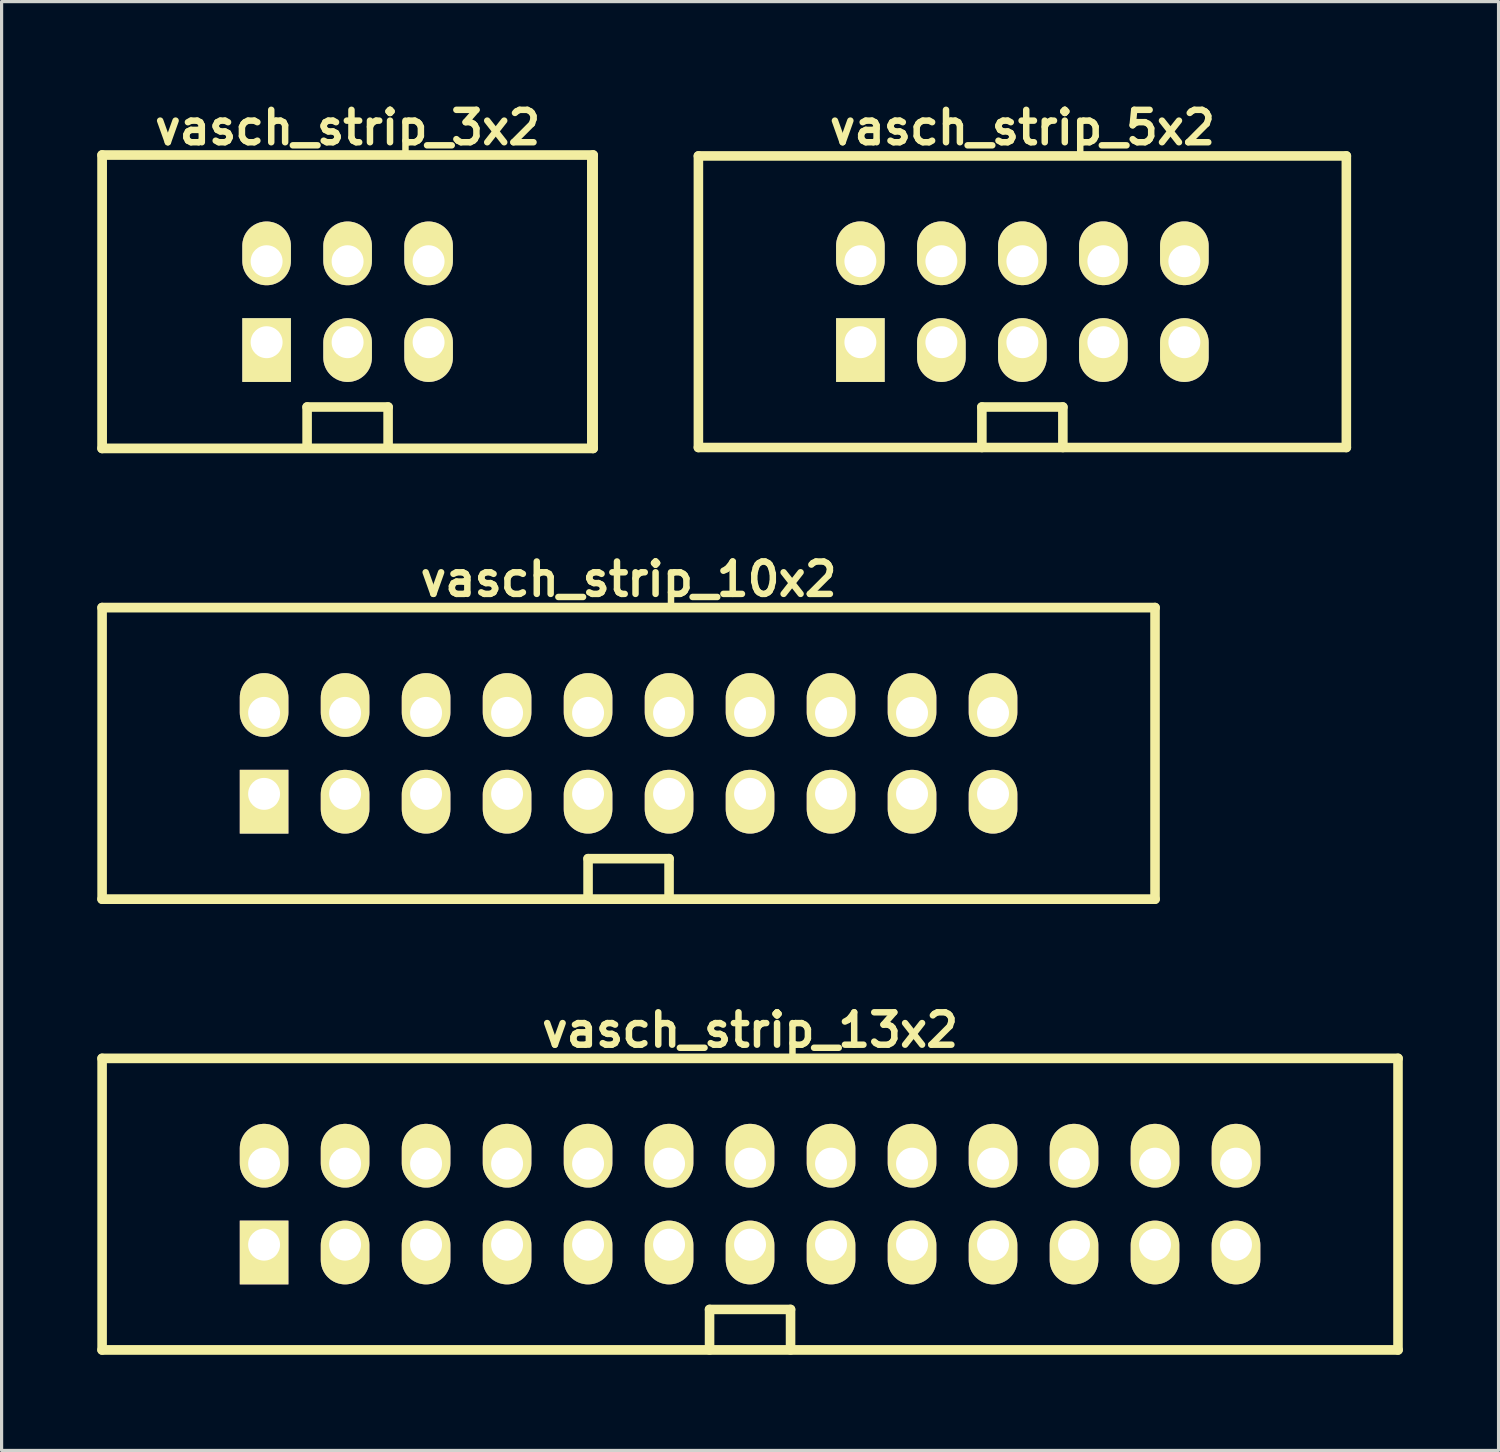
<source format=kicad_pcb>
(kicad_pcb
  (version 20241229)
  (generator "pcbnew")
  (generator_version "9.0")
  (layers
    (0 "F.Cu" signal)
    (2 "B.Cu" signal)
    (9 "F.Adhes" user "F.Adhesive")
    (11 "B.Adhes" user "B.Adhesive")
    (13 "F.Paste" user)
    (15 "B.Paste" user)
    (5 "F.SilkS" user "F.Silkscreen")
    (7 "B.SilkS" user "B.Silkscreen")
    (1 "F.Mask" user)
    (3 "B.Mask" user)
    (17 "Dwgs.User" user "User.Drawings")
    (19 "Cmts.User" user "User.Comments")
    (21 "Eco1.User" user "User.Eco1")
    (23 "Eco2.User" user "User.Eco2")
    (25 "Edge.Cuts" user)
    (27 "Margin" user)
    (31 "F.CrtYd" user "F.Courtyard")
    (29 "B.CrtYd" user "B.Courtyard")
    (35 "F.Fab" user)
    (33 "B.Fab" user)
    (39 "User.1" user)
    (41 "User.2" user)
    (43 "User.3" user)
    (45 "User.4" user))
  (footprint "vasch_strip_13x2"
    (layer "F.Cu")
    (at 20.472 34.713)
    (property "Reference" "vasch_strip_13x2" (at 0 -5.461 0) (layer "F.SilkS") (effects (font (size 1.016 1.016) (thickness 0.203))))
    (attr through_hole)
    (fp_line (start -20.32 -4.572) (end -20.32 4.572) (stroke (width 0.3) (type solid)) (layer "F.SilkS"))
    (fp_line (start -20.32 4.572) (end 20.32 4.572) (stroke (width 0.305) (type solid)) (layer "F.SilkS"))
    (fp_line (start -1.27 3.302) (end -1.27 4.572) (stroke (width 0.3) (type solid)) (layer "F.SilkS"))
    (fp_line (start 1.27 3.302) (end -1.27 3.302) (stroke (width 0.3) (type solid)) (layer "F.SilkS"))
    (fp_line (start 1.27 4.572) (end 1.27 3.302) (stroke (width 0.3) (type solid)) (layer "F.SilkS"))
    (fp_line (start 20.32 -4.572) (end -20.32 -4.572) (stroke (width 0.305) (type solid)) (layer "F.SilkS"))
    (fp_line (start 20.32 -4.572) (end 20.32 4.572) (stroke (width 0.3) (type solid)) (layer "F.SilkS"))
    (pad "1" thru_hole rect (at -15.24 1.27) (size 1.524 1.999) (drill 1.001 (offset 0 0.246)) (layers "*.Cu" "*.Mask" "F.SilkS"))
    (pad "2" thru_hole oval (at -15.24 -1.27) (size 1.524 1.999) (drill 1.001 (offset 0 -0.249)) (layers "*.Cu" "*.Mask" "F.SilkS"))
    (pad "3" thru_hole oval (at -12.7 1.27) (size 1.524 1.999) (drill 1.001 (offset 0 0.246)) (layers "*.Cu" "*.Mask" "F.SilkS"))
    (pad "4" thru_hole oval (at -12.7 -1.27) (size 1.524 1.999) (drill 1.001 (offset 0 -0.249)) (layers "*.Cu" "*.Mask" "F.SilkS"))
    (pad "5" thru_hole oval (at -10.16 1.27) (size 1.524 1.999) (drill 1.001 (offset 0 0.246)) (layers "*.Cu" "*.Mask" "F.SilkS"))
    (pad "6" thru_hole oval (at -10.16 -1.27) (size 1.524 1.999) (drill 1.001 (offset 0 -0.249)) (layers "*.Cu" "*.Mask" "F.SilkS"))
    (pad "7" thru_hole oval (at -7.62 1.27) (size 1.524 1.999) (drill 1.001 (offset 0 0.246)) (layers "*.Cu" "*.Mask" "F.SilkS"))
    (pad "8" thru_hole oval (at -7.62 -1.27) (size 1.524 1.999) (drill 1.001 (offset 0 -0.249)) (layers "*.Cu" "*.Mask" "F.SilkS"))
    (pad "9" thru_hole oval (at -5.08 1.27) (size 1.524 1.999) (drill 1.001 (offset 0 0.246)) (layers "*.Cu" "*.Mask" "F.SilkS"))
    (pad "10" thru_hole oval (at -5.08 -1.27) (size 1.524 1.999) (drill 1.001 (offset 0 -0.249)) (layers "*.Cu" "*.Mask" "F.SilkS"))
    (pad "11" thru_hole oval (at -2.54 1.27) (size 1.524 1.999) (drill 1.001 (offset 0 0.246)) (layers "*.Cu" "*.Mask" "F.SilkS"))
    (pad "12" thru_hole oval (at -2.54 -1.27) (size 1.524 1.999) (drill 1.001 (offset 0 -0.249)) (layers "*.Cu" "*.Mask" "F.SilkS"))
    (pad "13" thru_hole oval (at 0 1.27) (size 1.524 1.999) (drill 1.001 (offset 0 0.246)) (layers "*.Cu" "*.Mask" "F.SilkS"))
    (pad "14" thru_hole oval (at 0 -1.27) (size 1.524 1.999) (drill 1.001 (offset 0 -0.249)) (layers "*.Cu" "*.Mask" "F.SilkS"))
    (pad "15" thru_hole oval (at 2.54 1.27) (size 1.524 1.999) (drill 1.001 (offset 0 0.246)) (layers "*.Cu" "*.Mask" "F.SilkS"))
    (pad "16" thru_hole oval (at 2.54 -1.27) (size 1.524 1.999) (drill 1.001 (offset 0 -0.249)) (layers "*.Cu" "*.Mask" "F.SilkS"))
    (pad "17" thru_hole oval (at 5.08 1.27) (size 1.524 1.999) (drill 1.001 (offset 0 0.246)) (layers "*.Cu" "*.Mask" "F.SilkS"))
    (pad "18" thru_hole oval (at 5.08 -1.27) (size 1.524 1.999) (drill 1.001 (offset 0 -0.249)) (layers "*.Cu" "*.Mask" "F.SilkS"))
    (pad "19" thru_hole oval (at 7.62 1.27) (size 1.524 1.999) (drill 1.001 (offset 0 0.246)) (layers "*.Cu" "*.Mask" "F.SilkS"))
    (pad "20" thru_hole oval (at 7.62 -1.27) (size 1.524 1.999) (drill 1.001 (offset 0 -0.249)) (layers "*.Cu" "*.Mask" "F.SilkS"))
    (pad "21" thru_hole oval (at 10.16 1.27) (size 1.524 1.999) (drill 1.001 (offset 0 0.246)) (layers "*.Cu" "*.Mask" "F.SilkS"))
    (pad "22" thru_hole oval (at 10.16 -1.27) (size 1.524 1.999) (drill 1.001 (offset 0 -0.249)) (layers "*.Cu" "*.Mask" "F.SilkS"))
    (pad "23" thru_hole oval (at 12.7 1.27) (size 1.524 1.999) (drill 1.001 (offset 0 0.246)) (layers "*.Cu" "*.Mask" "F.SilkS"))
    (pad "24" thru_hole oval (at 12.7 -1.27) (size 1.524 1.999) (drill 1.001 (offset 0 -0.249)) (layers "*.Cu" "*.Mask" "F.SilkS"))
    (pad "25" thru_hole oval (at 15.24 1.27) (size 1.524 1.999) (drill 1.001 (offset 0 0.246)) (layers "*.Cu" "*.Mask" "F.SilkS"))
    (pad "26" thru_hole oval (at 15.24 -1.27) (size 1.524 1.999) (drill 1.001 (offset 0 -0.249)) (layers "*.Cu" "*.Mask" "F.SilkS")))
  (footprint "vasch_strip_3x2"
    (layer "F.Cu")
    (at 7.851 6.412)
    (property "Reference" "vasch_strip_3x2" (at 0 -5.461 0) (layer "F.SilkS") (effects (font (size 1.016 1.016) (thickness 0.203))))
    (attr through_hole)
    (fp_line (start -7.699 -4.6) (end -7.699 4.6) (stroke (width 0.305) (type solid)) (layer "F.SilkS"))
    (fp_line (start -7.699 4.6) (end 7.699 4.6) (stroke (width 0.305) (type solid)) (layer "F.SilkS"))
    (fp_line (start -1.27 3.302) (end -1.27 4.572) (stroke (width 0.3) (type solid)) (layer "F.SilkS"))
    (fp_line (start 1.27 3.302) (end -1.27 3.302) (stroke (width 0.3) (type solid)) (layer "F.SilkS"))
    (fp_line (start 1.27 4.572) (end 1.27 3.302) (stroke (width 0.3) (type solid)) (layer "F.SilkS"))
    (fp_line (start 7.658 -4.572) (end 7.658 4.572) (stroke (width 0.3) (type solid)) (layer "F.SilkS"))
    (fp_line (start 7.699 -4.6) (end -7.699 -4.6) (stroke (width 0.305) (type solid)) (layer "F.SilkS"))
    (fp_line (start 7.699 4.6) (end 7.699 -4.6) (stroke (width 0.305) (type solid)) (layer "F.SilkS"))
    (pad "1" thru_hole rect (at -2.54 1.27) (size 1.524 1.999) (drill 1.001 (offset 0 0.246)) (layers "*.Cu" "*.Mask" "F.SilkS"))
    (pad "2" thru_hole oval (at -2.54 -1.27) (size 1.524 1.999) (drill 1.001 (offset 0 -0.246)) (layers "*.Cu" "*.Mask" "F.SilkS"))
    (pad "3" thru_hole oval (at 0 1.27) (size 1.524 1.999) (drill 1.001 (offset 0 0.246)) (layers "*.Cu" "*.Mask" "F.SilkS"))
    (pad "4" thru_hole oval (at 0 -1.27) (size 1.524 1.999) (drill 1.001 (offset 0 -0.246)) (layers "*.Cu" "*.Mask" "F.SilkS"))
    (pad "5" thru_hole oval (at 2.54 1.27) (size 1.524 1.999) (drill 1.001 (offset 0 0.246)) (layers "*.Cu" "*.Mask" "F.SilkS"))
    (pad "6" thru_hole oval (at 2.54 -1.27) (size 1.524 1.999) (drill 1.001 (offset 0 -0.246)) (layers "*.Cu" "*.Mask" "F.SilkS")))
  (footprint "vasch_strip_5x2"
    (layer "F.Cu")
    (at 29.012 6.412)
    (property "Reference" "vasch_strip_5x2" (at 0 -5.461 0) (layer "F.SilkS") (effects (font (size 1.016 1.016) (thickness 0.203))))
    (attr through_hole)
    (fp_line (start -10.16 -4.572) (end -10.16 4.572) (stroke (width 0.3) (type solid)) (layer "F.SilkS"))
    (fp_line (start -10.16 4.572) (end 10.16 4.572) (stroke (width 0.3) (type solid)) (layer "F.SilkS"))
    (fp_line (start -1.27 3.302) (end -1.27 4.572) (stroke (width 0.3) (type solid)) (layer "F.SilkS"))
    (fp_line (start 1.27 3.302) (end -1.27 3.302) (stroke (width 0.3) (type solid)) (layer "F.SilkS"))
    (fp_line (start 1.27 4.572) (end 1.27 3.302) (stroke (width 0.3) (type solid)) (layer "F.SilkS"))
    (fp_line (start 10.16 -4.572) (end -10.16 -4.572) (stroke (width 0.3) (type solid)) (layer "F.SilkS"))
    (fp_line (start 10.16 -4.572) (end 10.16 4.572) (stroke (width 0.3) (type solid)) (layer "F.SilkS"))
    (pad "1" thru_hole rect (at -5.08 1.27) (size 1.524 1.999) (drill 1.001 (offset 0 0.246)) (layers "*.Cu" "*.Mask" "F.SilkS"))
    (pad "2" thru_hole oval (at -5.08 -1.27) (size 1.524 1.999) (drill 1.001 (offset 0 -0.249)) (layers "*.Cu" "*.Mask" "F.SilkS"))
    (pad "3" thru_hole oval (at -2.54 1.27) (size 1.524 1.999) (drill 1.001 (offset 0 0.246)) (layers "*.Cu" "*.Mask" "F.SilkS"))
    (pad "4" thru_hole oval (at -2.54 -1.27) (size 1.524 1.999) (drill 1.001 (offset 0 -0.249)) (layers "*.Cu" "*.Mask" "F.SilkS"))
    (pad "5" thru_hole oval (at 0 1.27) (size 1.524 1.999) (drill 1.001 (offset 0 0.246)) (layers "*.Cu" "*.Mask" "F.SilkS"))
    (pad "6" thru_hole oval (at 0 -1.27) (size 1.524 1.999) (drill 1.001 (offset 0 -0.249)) (layers "*.Cu" "*.Mask" "F.SilkS"))
    (pad "7" thru_hole oval (at 2.54 1.27) (size 1.524 1.999) (drill 1.001 (offset 0 0.246)) (layers "*.Cu" "*.Mask" "F.SilkS"))
    (pad "8" thru_hole oval (at 2.54 -1.27) (size 1.524 1.999) (drill 1.001 (offset 0 -0.249)) (layers "*.Cu" "*.Mask" "F.SilkS"))
    (pad "9" thru_hole oval (at 5.08 1.27) (size 1.524 1.999) (drill 1.001 (offset 0 0.246)) (layers "*.Cu" "*.Mask" "F.SilkS"))
    (pad "10" thru_hole oval (at 5.08 -1.27) (size 1.524 1.999) (drill 1.001 (offset 0 -0.249)) (layers "*.Cu" "*.Mask" "F.SilkS")))
  (footprint "vasch_strip_10x2"
    (layer "F.Cu")
    (at 16.662 20.576)
    (property "Reference" "vasch_strip_10x2" (at 0 -5.461 0) (layer "F.SilkS") (effects (font (size 1.016 1.016) (thickness 0.203))))
    (attr through_hole)
    (fp_line (start -16.51 -4.572) (end -16.51 4.572) (stroke (width 0.3) (type solid)) (layer "F.SilkS"))
    (fp_line (start -16.51 -4.572) (end 16.51 -4.572) (stroke (width 0.305) (type solid)) (layer "F.SilkS"))
    (fp_line (start -1.27 3.302) (end -1.27 4.572) (stroke (width 0.3) (type solid)) (layer "F.SilkS"))
    (fp_line (start 1.27 3.302) (end -1.27 3.302) (stroke (width 0.3) (type solid)) (layer "F.SilkS"))
    (fp_line (start 1.27 4.572) (end 1.27 3.302) (stroke (width 0.3) (type solid)) (layer "F.SilkS"))
    (fp_line (start 16.51 -4.572) (end 16.51 4.572) (stroke (width 0.3) (type solid)) (layer "F.SilkS"))
    (fp_line (start 16.51 4.572) (end -16.51 4.572) (stroke (width 0.305) (type solid)) (layer "F.SilkS"))
    (pad "1" thru_hole rect (at -11.43 1.27) (size 1.524 1.999) (drill 1.001 (offset 0 0.246)) (layers "*.Cu" "*.Mask" "F.SilkS"))
    (pad "2" thru_hole oval (at -11.43 -1.27) (size 1.524 1.999) (drill 1.001 (offset 0 -0.246)) (layers "*.Cu" "*.Mask" "F.SilkS"))
    (pad "3" thru_hole oval (at -8.89 1.27) (size 1.524 1.999) (drill 1.001 (offset 0 0.246)) (layers "*.Cu" "*.Mask" "F.SilkS"))
    (pad "4" thru_hole oval (at -8.89 -1.27) (size 1.524 1.999) (drill 1.001 (offset 0 -0.246)) (layers "*.Cu" "*.Mask" "F.SilkS"))
    (pad "5" thru_hole oval (at -6.35 1.27) (size 1.524 1.999) (drill 1.001 (offset 0 0.246)) (layers "*.Cu" "*.Mask" "F.SilkS"))
    (pad "6" thru_hole oval (at -6.35 -1.27) (size 1.524 1.999) (drill 1.001 (offset 0 -0.246)) (layers "*.Cu" "*.Mask" "F.SilkS"))
    (pad "7" thru_hole oval (at -3.81 1.27) (size 1.524 1.999) (drill 1.001 (offset 0 0.246)) (layers "*.Cu" "*.Mask" "F.SilkS"))
    (pad "8" thru_hole oval (at -3.81 -1.27) (size 1.524 1.999) (drill 1.001 (offset 0 -0.246)) (layers "*.Cu" "*.Mask" "F.SilkS"))
    (pad "9" thru_hole oval (at -1.27 1.27) (size 1.524 1.999) (drill 1.001 (offset 0 0.246)) (layers "*.Cu" "*.Mask" "F.SilkS"))
    (pad "10" thru_hole oval (at -1.27 -1.27) (size 1.524 1.999) (drill 1.001 (offset 0 -0.246)) (layers "*.Cu" "*.Mask" "F.SilkS"))
    (pad "11" thru_hole oval (at 1.27 1.27) (size 1.524 1.999) (drill 1.001 (offset 0 0.246)) (layers "*.Cu" "*.Mask" "F.SilkS"))
    (pad "12" thru_hole oval (at 1.27 -1.27) (size 1.524 1.999) (drill 1.001 (offset 0 -0.246)) (layers "*.Cu" "*.Mask" "F.SilkS"))
    (pad "13" thru_hole oval (at 3.81 1.27) (size 1.524 1.999) (drill 1.001 (offset 0 0.246)) (layers "*.Cu" "*.Mask" "F.SilkS"))
    (pad "14" thru_hole oval (at 3.81 -1.27) (size 1.524 1.999) (drill 1.001 (offset 0 -0.246)) (layers "*.Cu" "*.Mask" "F.SilkS"))
    (pad "15" thru_hole oval (at 6.35 1.27) (size 1.524 1.999) (drill 1.001 (offset 0 0.246)) (layers "*.Cu" "*.Mask" "F.SilkS"))
    (pad "16" thru_hole oval (at 6.35 -1.27) (size 1.524 1.999) (drill 1.001 (offset 0 -0.246)) (layers "*.Cu" "*.Mask" "F.SilkS"))
    (pad "17" thru_hole oval (at 8.89 1.27) (size 1.524 1.999) (drill 1.001 (offset 0 0.246)) (layers "*.Cu" "*.Mask" "F.SilkS"))
    (pad "18" thru_hole oval (at 8.89 -1.27) (size 1.524 1.999) (drill 1.001 (offset 0 -0.246)) (layers "*.Cu" "*.Mask" "F.SilkS"))
    (pad "19" thru_hole oval (at 11.43 1.27) (size 1.524 1.999) (drill 1.001 (offset 0 0.246)) (layers "*.Cu" "*.Mask" "F.SilkS"))
    (pad "20" thru_hole oval (at 11.43 -1.27) (size 1.524 1.999) (drill 1.001 (offset 0 -0.246)) (layers "*.Cu" "*.Mask" "F.SilkS")))
  (gr_rect
    (start -3 -3)
    (end 43.945 42.437)
    (stroke (width 0.1) (type default))
    (fill no)
    (layer "Edge.Cuts")))
</source>
